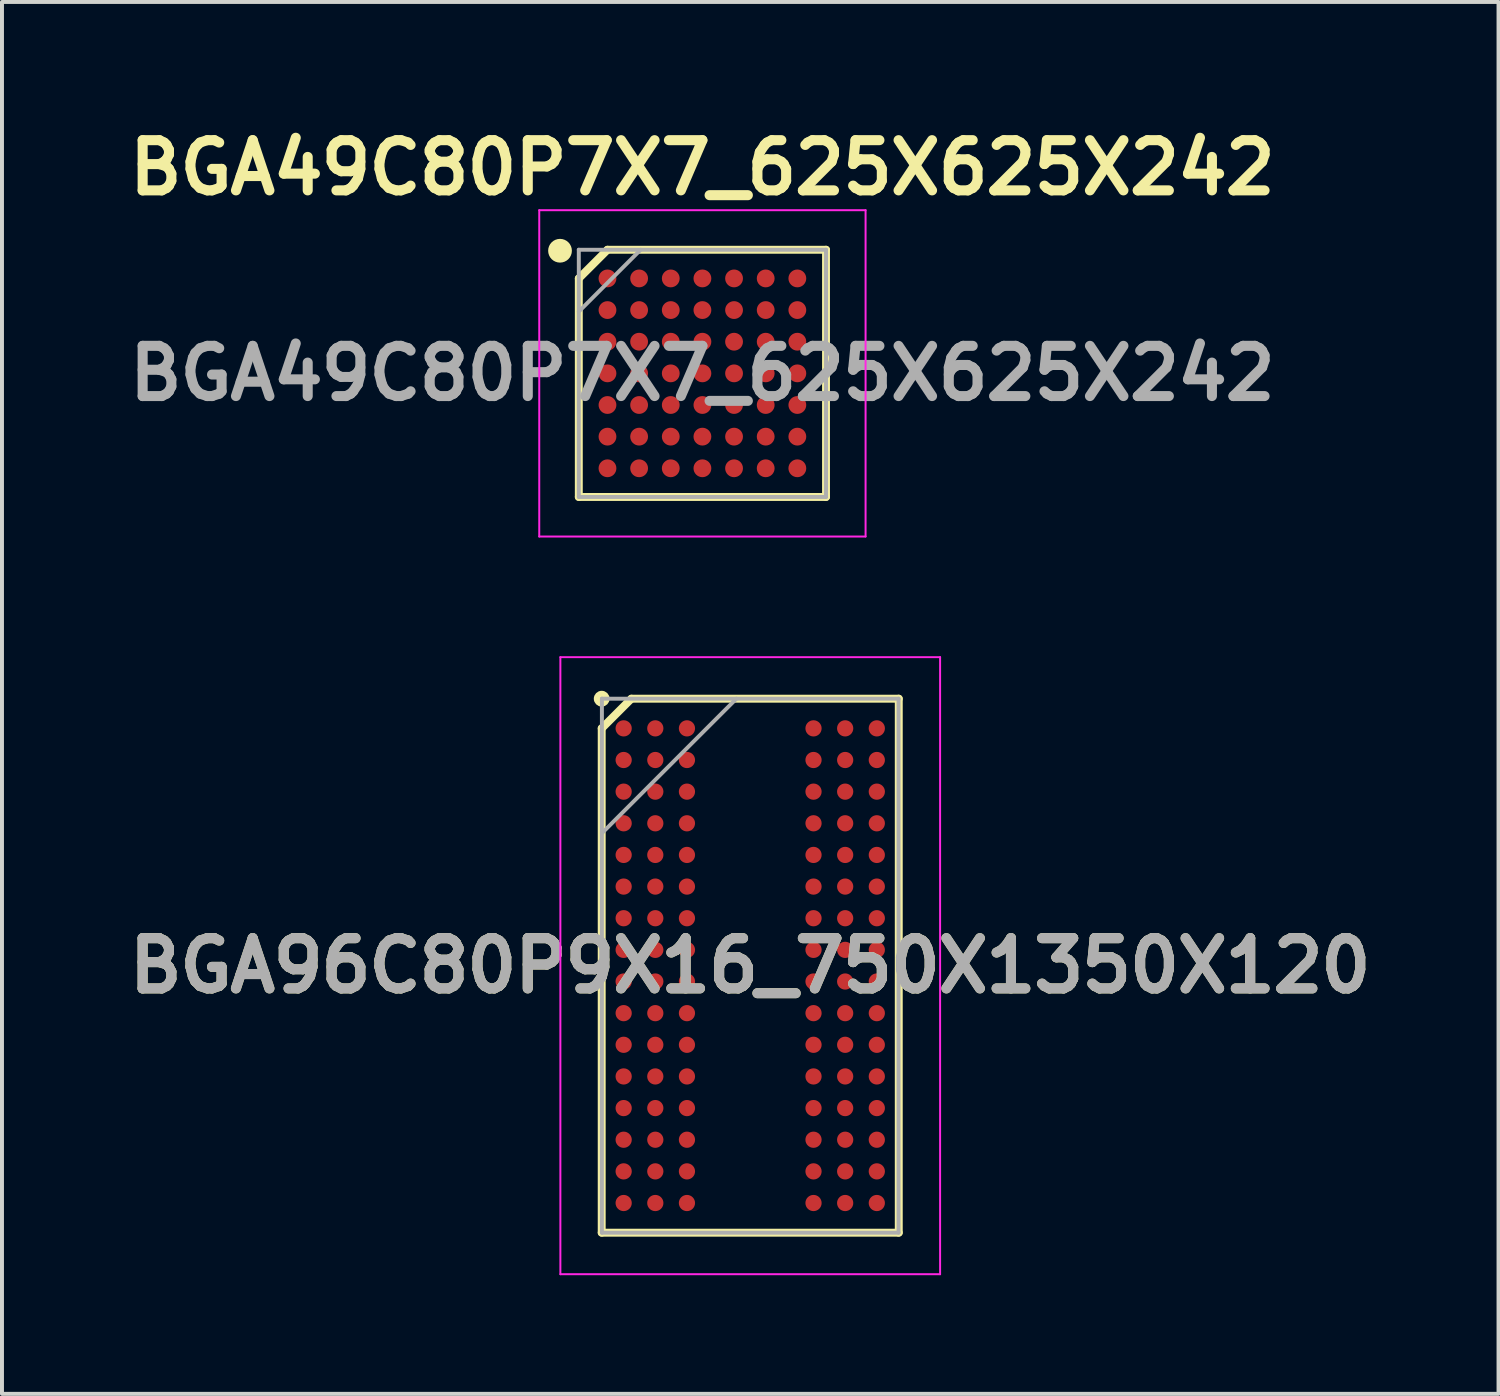
<source format=kicad_pcb>
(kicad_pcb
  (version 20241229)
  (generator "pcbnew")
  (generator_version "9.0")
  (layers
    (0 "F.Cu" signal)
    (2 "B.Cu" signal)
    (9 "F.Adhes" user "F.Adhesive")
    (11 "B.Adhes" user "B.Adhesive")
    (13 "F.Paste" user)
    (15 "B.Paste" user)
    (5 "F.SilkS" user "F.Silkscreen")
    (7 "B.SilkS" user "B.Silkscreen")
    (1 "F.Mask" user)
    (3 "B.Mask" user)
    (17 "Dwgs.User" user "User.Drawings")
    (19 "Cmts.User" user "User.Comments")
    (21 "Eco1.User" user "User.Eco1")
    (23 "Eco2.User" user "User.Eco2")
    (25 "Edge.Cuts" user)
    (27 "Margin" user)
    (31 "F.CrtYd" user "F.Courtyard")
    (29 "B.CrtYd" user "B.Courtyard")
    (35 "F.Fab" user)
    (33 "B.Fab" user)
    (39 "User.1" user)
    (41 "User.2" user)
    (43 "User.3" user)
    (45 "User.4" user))
  (footprint "BGA49C80P7X7_625X625X242"
    (layer "F.Cu")
    (at 14.708 6.389)
    (property "Reference" "BGA49C80P7X7_625X625X242" (at 0 -5.2 0) (layer "F.SilkS") (effects (font (size 1.27 1.27) (thickness 0.254))))
    (attr smd)
    (fp_line (start -3.125 -2.4) (end -2.4 -3.125) (stroke (width 0.2) (type solid)) (layer "F.SilkS"))
    (fp_line (start -3.125 3.125) (end -3.125 -2.4) (stroke (width 0.2) (type solid)) (layer "F.SilkS"))
    (fp_line (start -2.4 -3.125) (end 3.125 -3.125) (stroke (width 0.2) (type solid)) (layer "F.SilkS"))
    (fp_line (start 3.125 -3.125) (end 3.125 3.125) (stroke (width 0.2) (type solid)) (layer "F.SilkS"))
    (fp_line (start 3.125 3.125) (end -3.125 3.125) (stroke (width 0.2) (type solid)) (layer "F.SilkS"))
    (fp_circle (center -3.6 -3.1) (end -3.45 -3.1) (stroke (width 0.3) (type solid)) (fill no) (layer "F.SilkS"))
    (fp_line (start -4.125 -4.125) (end 4.125 -4.125) (stroke (width 0.05) (type solid)) (layer "F.CrtYd"))
    (fp_line (start -4.125 4.125) (end -4.125 -4.125) (stroke (width 0.05) (type solid)) (layer "F.CrtYd"))
    (fp_line (start 4.125 -4.125) (end 4.125 4.125) (stroke (width 0.05) (type solid)) (layer "F.CrtYd"))
    (fp_line (start 4.125 4.125) (end -4.125 4.125) (stroke (width 0.05) (type solid)) (layer "F.CrtYd"))
    (fp_line (start -3.125 -3.125) (end 3.125 -3.125) (stroke (width 0.1) (type solid)) (layer "F.Fab"))
    (fp_line (start -3.125 -1.562) (end -1.563 -3.124) (stroke (width 0.1) (type solid)) (layer "F.Fab"))
    (fp_line (start -3.125 3.125) (end -3.125 -3.125) (stroke (width 0.1) (type solid)) (layer "F.Fab"))
    (fp_line (start 3.125 -3.125) (end 3.125 3.125) (stroke (width 0.1) (type solid)) (layer "F.Fab"))
    (fp_line (start 3.125 3.125) (end -3.125 3.125) (stroke (width 0.1) (type solid)) (layer "F.Fab"))
    (fp_text user "${REFERENCE}" (at 0 0 0) (layer "F.Fab") (effects (font (size 1.27 1.27) (thickness 0.254))))
    (pad "A1" smd circle (at -2.4 -2.4 90) (size 0.45 0.45) (layers "F.Cu" "F.Mask" "F.Paste"))
    (pad "A2" smd circle (at -1.6 -2.4 90) (size 0.45 0.45) (layers "F.Cu" "F.Mask" "F.Paste"))
    (pad "A3" smd circle (at -0.8 -2.4 90) (size 0.45 0.45) (layers "F.Cu" "F.Mask" "F.Paste"))
    (pad "A4" smd circle (at 0 -2.4 90) (size 0.45 0.45) (layers "F.Cu" "F.Mask" "F.Paste"))
    (pad "A5" smd circle (at 0.8 -2.4 90) (size 0.45 0.45) (layers "F.Cu" "F.Mask" "F.Paste"))
    (pad "A6" smd circle (at 1.6 -2.4 90) (size 0.45 0.45) (layers "F.Cu" "F.Mask" "F.Paste"))
    (pad "A7" smd circle (at 2.4 -2.4 90) (size 0.45 0.45) (layers "F.Cu" "F.Mask" "F.Paste"))
    (pad "B1" smd circle (at -2.4 -1.6 90) (size 0.45 0.45) (layers "F.Cu" "F.Mask" "F.Paste"))
    (pad "B2" smd circle (at -1.6 -1.6 90) (size 0.45 0.45) (layers "F.Cu" "F.Mask" "F.Paste"))
    (pad "B3" smd circle (at -0.8 -1.6 90) (size 0.45 0.45) (layers "F.Cu" "F.Mask" "F.Paste"))
    (pad "B4" smd circle (at 0 -1.6 90) (size 0.45 0.45) (layers "F.Cu" "F.Mask" "F.Paste"))
    (pad "B5" smd circle (at 0.8 -1.6 90) (size 0.45 0.45) (layers "F.Cu" "F.Mask" "F.Paste"))
    (pad "B6" smd circle (at 1.6 -1.6 90) (size 0.45 0.45) (layers "F.Cu" "F.Mask" "F.Paste"))
    (pad "B7" smd circle (at 2.4 -1.6 90) (size 0.45 0.45) (layers "F.Cu" "F.Mask" "F.Paste"))
    (pad "C1" smd circle (at -2.4 -0.8 90) (size 0.45 0.45) (layers "F.Cu" "F.Mask" "F.Paste"))
    (pad "C2" smd circle (at -1.6 -0.8 90) (size 0.45 0.45) (layers "F.Cu" "F.Mask" "F.Paste"))
    (pad "C3" smd circle (at -0.8 -0.8 90) (size 0.45 0.45) (layers "F.Cu" "F.Mask" "F.Paste"))
    (pad "C4" smd circle (at 0 -0.8 90) (size 0.45 0.45) (layers "F.Cu" "F.Mask" "F.Paste"))
    (pad "C5" smd circle (at 0.8 -0.8 90) (size 0.45 0.45) (layers "F.Cu" "F.Mask" "F.Paste"))
    (pad "C6" smd circle (at 1.6 -0.8 90) (size 0.45 0.45) (layers "F.Cu" "F.Mask" "F.Paste"))
    (pad "C7" smd circle (at 2.4 -0.8 90) (size 0.45 0.45) (layers "F.Cu" "F.Mask" "F.Paste"))
    (pad "D1" smd circle (at -2.4 0 90) (size 0.45 0.45) (layers "F.Cu" "F.Mask" "F.Paste"))
    (pad "D2" smd circle (at -1.6 0 90) (size 0.45 0.45) (layers "F.Cu" "F.Mask" "F.Paste"))
    (pad "D3" smd circle (at -0.8 0 90) (size 0.45 0.45) (layers "F.Cu" "F.Mask" "F.Paste"))
    (pad "D4" smd circle (at 0 0 90) (size 0.45 0.45) (layers "F.Cu" "F.Mask" "F.Paste"))
    (pad "D5" smd circle (at 0.8 0 90) (size 0.45 0.45) (layers "F.Cu" "F.Mask" "F.Paste"))
    (pad "D6" smd circle (at 1.6 0 90) (size 0.45 0.45) (layers "F.Cu" "F.Mask" "F.Paste"))
    (pad "D7" smd circle (at 2.4 0 90) (size 0.45 0.45) (layers "F.Cu" "F.Mask" "F.Paste"))
    (pad "E1" smd circle (at -2.4 0.8 90) (size 0.45 0.45) (layers "F.Cu" "F.Mask" "F.Paste"))
    (pad "E2" smd circle (at -1.6 0.8 90) (size 0.45 0.45) (layers "F.Cu" "F.Mask" "F.Paste"))
    (pad "E3" smd circle (at -0.8 0.8 90) (size 0.45 0.45) (layers "F.Cu" "F.Mask" "F.Paste"))
    (pad "E4" smd circle (at 0 0.8 90) (size 0.45 0.45) (layers "F.Cu" "F.Mask" "F.Paste"))
    (pad "E5" smd circle (at 0.8 0.8 90) (size 0.45 0.45) (layers "F.Cu" "F.Mask" "F.Paste"))
    (pad "E6" smd circle (at 1.6 0.8 90) (size 0.45 0.45) (layers "F.Cu" "F.Mask" "F.Paste"))
    (pad "E7" smd circle (at 2.4 0.8 90) (size 0.45 0.45) (layers "F.Cu" "F.Mask" "F.Paste"))
    (pad "F1" smd circle (at -2.4 1.6 90) (size 0.45 0.45) (layers "F.Cu" "F.Mask" "F.Paste"))
    (pad "F2" smd circle (at -1.6 1.6 90) (size 0.45 0.45) (layers "F.Cu" "F.Mask" "F.Paste"))
    (pad "F3" smd circle (at -0.8 1.6 90) (size 0.45 0.45) (layers "F.Cu" "F.Mask" "F.Paste"))
    (pad "F4" smd circle (at 0 1.6 90) (size 0.45 0.45) (layers "F.Cu" "F.Mask" "F.Paste"))
    (pad "F5" smd circle (at 0.8 1.6 90) (size 0.45 0.45) (layers "F.Cu" "F.Mask" "F.Paste"))
    (pad "F6" smd circle (at 1.6 1.6 90) (size 0.45 0.45) (layers "F.Cu" "F.Mask" "F.Paste"))
    (pad "F7" smd circle (at 2.4 1.6 90) (size 0.45 0.45) (layers "F.Cu" "F.Mask" "F.Paste"))
    (pad "G1" smd circle (at -2.4 2.4 90) (size 0.45 0.45) (layers "F.Cu" "F.Mask" "F.Paste"))
    (pad "G2" smd circle (at -1.6 2.4 90) (size 0.45 0.45) (layers "F.Cu" "F.Mask" "F.Paste"))
    (pad "G3" smd circle (at -0.8 2.4 90) (size 0.45 0.45) (layers "F.Cu" "F.Mask" "F.Paste"))
    (pad "G4" smd circle (at 0 2.4 90) (size 0.45 0.45) (layers "F.Cu" "F.Mask" "F.Paste"))
    (pad "G5" smd circle (at 0.8 2.4 90) (size 0.45 0.45) (layers "F.Cu" "F.Mask" "F.Paste"))
    (pad "G6" smd circle (at 1.6 2.4 90) (size 0.45 0.45) (layers "F.Cu" "F.Mask" "F.Paste"))
    (pad "G7" smd circle (at 2.4 2.4 90) (size 0.45 0.45) (layers "F.Cu" "F.Mask" "F.Paste")))
  (footprint "BGA96C80P9X16_750X1350X120"
    (layer "F.Cu")
    (at 15.917 21.364)
    (property "Reference" "BGA96C80P9X16_750X1350X120" (at 0 0 0) (layer "F.SilkS") (effects (font (size 1.27 1.27) (thickness 0.254))))
    (attr smd)
    (fp_line (start -3.755 -6) (end -3.005 -6.75) (stroke (width 0.2) (type solid)) (layer "F.SilkS"))
    (fp_line (start -3.755 6.75) (end -3.755 -6) (stroke (width 0.2) (type solid)) (layer "F.SilkS"))
    (fp_line (start -3.005 -6.75) (end 3.755 -6.75) (stroke (width 0.2) (type solid)) (layer "F.SilkS"))
    (fp_line (start 3.755 -6.75) (end 3.755 6.75) (stroke (width 0.2) (type solid)) (layer "F.SilkS"))
    (fp_line (start 3.755 6.75) (end -3.755 6.75) (stroke (width 0.2) (type solid)) (layer "F.SilkS"))
    (fp_circle (center -3.755 -6.75) (end -3.755 -6.65) (stroke (width 0.2) (type solid)) (fill no) (layer "F.SilkS"))
    (fp_line (start -4.8 -7.8) (end 4.8 -7.8) (stroke (width 0.05) (type solid)) (layer "F.CrtYd"))
    (fp_line (start -4.8 7.8) (end -4.8 -7.8) (stroke (width 0.05) (type solid)) (layer "F.CrtYd"))
    (fp_line (start 4.8 -7.8) (end 4.8 7.8) (stroke (width 0.05) (type solid)) (layer "F.CrtYd"))
    (fp_line (start 4.8 7.8) (end -4.8 7.8) (stroke (width 0.05) (type solid)) (layer "F.CrtYd"))
    (fp_line (start -3.75 -6.75) (end 3.75 -6.75) (stroke (width 0.1) (type solid)) (layer "F.Fab"))
    (fp_line (start -3.75 -3.35) (end -0.35 -6.75) (stroke (width 0.1) (type solid)) (layer "F.Fab"))
    (fp_line (start -3.75 6.75) (end -3.75 -6.75) (stroke (width 0.1) (type solid)) (layer "F.Fab"))
    (fp_line (start 3.75 -6.75) (end 3.75 6.75) (stroke (width 0.1) (type solid)) (layer "F.Fab"))
    (fp_line (start 3.75 6.75) (end -3.75 6.75) (stroke (width 0.1) (type solid)) (layer "F.Fab"))
    (fp_text user "${REFERENCE}" (at 0 0 0) (layer "F.Fab") (effects (font (size 1.27 1.27) (thickness 0.254))))
    (pad "A1" smd circle (at -3.2 -6 90) (size 0.41 0.41) (layers "F.Cu" "F.Mask" "F.Paste"))
    (pad "A2" smd circle (at -2.4 -6 90) (size 0.41 0.41) (layers "F.Cu" "F.Mask" "F.Paste"))
    (pad "A3" smd circle (at -1.6 -6 90) (size 0.41 0.41) (layers "F.Cu" "F.Mask" "F.Paste"))
    (pad "A7" smd circle (at 1.6 -6 90) (size 0.41 0.41) (layers "F.Cu" "F.Mask" "F.Paste"))
    (pad "A8" smd circle (at 2.4 -6 90) (size 0.41 0.41) (layers "F.Cu" "F.Mask" "F.Paste"))
    (pad "A9" smd circle (at 3.2 -6 90) (size 0.41 0.41) (layers "F.Cu" "F.Mask" "F.Paste"))
    (pad "B1" smd circle (at -3.2 -5.2 90) (size 0.41 0.41) (layers "F.Cu" "F.Mask" "F.Paste"))
    (pad "B2" smd circle (at -2.4 -5.2 90) (size 0.41 0.41) (layers "F.Cu" "F.Mask" "F.Paste"))
    (pad "B3" smd circle (at -1.6 -5.2 90) (size 0.41 0.41) (layers "F.Cu" "F.Mask" "F.Paste"))
    (pad "B7" smd circle (at 1.6 -5.2 90) (size 0.41 0.41) (layers "F.Cu" "F.Mask" "F.Paste"))
    (pad "B8" smd circle (at 2.4 -5.2 90) (size 0.41 0.41) (layers "F.Cu" "F.Mask" "F.Paste"))
    (pad "B9" smd circle (at 3.2 -5.2 90) (size 0.41 0.41) (layers "F.Cu" "F.Mask" "F.Paste"))
    (pad "C1" smd circle (at -3.2 -4.4 90) (size 0.41 0.41) (layers "F.Cu" "F.Mask" "F.Paste"))
    (pad "C2" smd circle (at -2.4 -4.4 90) (size 0.41 0.41) (layers "F.Cu" "F.Mask" "F.Paste"))
    (pad "C3" smd circle (at -1.6 -4.4 90) (size 0.41 0.41) (layers "F.Cu" "F.Mask" "F.Paste"))
    (pad "C7" smd circle (at 1.6 -4.4 90) (size 0.41 0.41) (layers "F.Cu" "F.Mask" "F.Paste"))
    (pad "C8" smd circle (at 2.4 -4.4 90) (size 0.41 0.41) (layers "F.Cu" "F.Mask" "F.Paste"))
    (pad "C9" smd circle (at 3.2 -4.4 90) (size 0.41 0.41) (layers "F.Cu" "F.Mask" "F.Paste"))
    (pad "D1" smd circle (at -3.2 -3.6 90) (size 0.41 0.41) (layers "F.Cu" "F.Mask" "F.Paste"))
    (pad "D2" smd circle (at -2.4 -3.6 90) (size 0.41 0.41) (layers "F.Cu" "F.Mask" "F.Paste"))
    (pad "D3" smd circle (at -1.6 -3.6 90) (size 0.41 0.41) (layers "F.Cu" "F.Mask" "F.Paste"))
    (pad "D7" smd circle (at 1.6 -3.6 90) (size 0.41 0.41) (layers "F.Cu" "F.Mask" "F.Paste"))
    (pad "D8" smd circle (at 2.4 -3.6 90) (size 0.41 0.41) (layers "F.Cu" "F.Mask" "F.Paste"))
    (pad "D9" smd circle (at 3.2 -3.6 90) (size 0.41 0.41) (layers "F.Cu" "F.Mask" "F.Paste"))
    (pad "E1" smd circle (at -3.2 -2.8 90) (size 0.41 0.41) (layers "F.Cu" "F.Mask" "F.Paste"))
    (pad "E2" smd circle (at -2.4 -2.8 90) (size 0.41 0.41) (layers "F.Cu" "F.Mask" "F.Paste"))
    (pad "E3" smd circle (at -1.6 -2.8 90) (size 0.41 0.41) (layers "F.Cu" "F.Mask" "F.Paste"))
    (pad "E7" smd circle (at 1.6 -2.8 90) (size 0.41 0.41) (layers "F.Cu" "F.Mask" "F.Paste"))
    (pad "E8" smd circle (at 2.4 -2.8 90) (size 0.41 0.41) (layers "F.Cu" "F.Mask" "F.Paste"))
    (pad "E9" smd circle (at 3.2 -2.8 90) (size 0.41 0.41) (layers "F.Cu" "F.Mask" "F.Paste"))
    (pad "F1" smd circle (at -3.2 -2 90) (size 0.41 0.41) (layers "F.Cu" "F.Mask" "F.Paste"))
    (pad "F2" smd circle (at -2.4 -2 90) (size 0.41 0.41) (layers "F.Cu" "F.Mask" "F.Paste"))
    (pad "F3" smd circle (at -1.6 -2 90) (size 0.41 0.41) (layers "F.Cu" "F.Mask" "F.Paste"))
    (pad "F7" smd circle (at 1.6 -2 90) (size 0.41 0.41) (layers "F.Cu" "F.Mask" "F.Paste"))
    (pad "F8" smd circle (at 2.4 -2 90) (size 0.41 0.41) (layers "F.Cu" "F.Mask" "F.Paste"))
    (pad "F9" smd circle (at 3.2 -2 90) (size 0.41 0.41) (layers "F.Cu" "F.Mask" "F.Paste"))
    (pad "G1" smd circle (at -3.2 -1.2 90) (size 0.41 0.41) (layers "F.Cu" "F.Mask" "F.Paste"))
    (pad "G2" smd circle (at -2.4 -1.2 90) (size 0.41 0.41) (layers "F.Cu" "F.Mask" "F.Paste"))
    (pad "G3" smd circle (at -1.6 -1.2 90) (size 0.41 0.41) (layers "F.Cu" "F.Mask" "F.Paste"))
    (pad "G7" smd circle (at 1.6 -1.2 90) (size 0.41 0.41) (layers "F.Cu" "F.Mask" "F.Paste"))
    (pad "G8" smd circle (at 2.4 -1.2 90) (size 0.41 0.41) (layers "F.Cu" "F.Mask" "F.Paste"))
    (pad "G9" smd circle (at 3.2 -1.2 90) (size 0.41 0.41) (layers "F.Cu" "F.Mask" "F.Paste"))
    (pad "H1" smd circle (at -3.2 -0.4 90) (size 0.41 0.41) (layers "F.Cu" "F.Mask" "F.Paste"))
    (pad "H2" smd circle (at -2.4 -0.4 90) (size 0.41 0.41) (layers "F.Cu" "F.Mask" "F.Paste"))
    (pad "H3" smd circle (at -1.6 -0.4 90) (size 0.41 0.41) (layers "F.Cu" "F.Mask" "F.Paste"))
    (pad "H7" smd circle (at 1.6 -0.4 90) (size 0.41 0.41) (layers "F.Cu" "F.Mask" "F.Paste"))
    (pad "H8" smd circle (at 2.4 -0.4 90) (size 0.41 0.41) (layers "F.Cu" "F.Mask" "F.Paste"))
    (pad "H9" smd circle (at 3.2 -0.4 90) (size 0.41 0.41) (layers "F.Cu" "F.Mask" "F.Paste"))
    (pad "J1" smd circle (at -3.2 0.4 90) (size 0.41 0.41) (layers "F.Cu" "F.Mask" "F.Paste"))
    (pad "J2" smd circle (at -2.4 0.4 90) (size 0.41 0.41) (layers "F.Cu" "F.Mask" "F.Paste"))
    (pad "J3" smd circle (at -1.6 0.4 90) (size 0.41 0.41) (layers "F.Cu" "F.Mask" "F.Paste"))
    (pad "J7" smd circle (at 1.6 0.4 90) (size 0.41 0.41) (layers "F.Cu" "F.Mask" "F.Paste"))
    (pad "J8" smd circle (at 2.4 0.4 90) (size 0.41 0.41) (layers "F.Cu" "F.Mask" "F.Paste"))
    (pad "J9" smd circle (at 3.2 0.4 90) (size 0.41 0.41) (layers "F.Cu" "F.Mask" "F.Paste"))
    (pad "K1" smd circle (at -3.2 1.2 90) (size 0.41 0.41) (layers "F.Cu" "F.Mask" "F.Paste"))
    (pad "K2" smd circle (at -2.4 1.2 90) (size 0.41 0.41) (layers "F.Cu" "F.Mask" "F.Paste"))
    (pad "K3" smd circle (at -1.6 1.2 90) (size 0.41 0.41) (layers "F.Cu" "F.Mask" "F.Paste"))
    (pad "K7" smd circle (at 1.6 1.2 90) (size 0.41 0.41) (layers "F.Cu" "F.Mask" "F.Paste"))
    (pad "K8" smd circle (at 2.4 1.2 90) (size 0.41 0.41) (layers "F.Cu" "F.Mask" "F.Paste"))
    (pad "K9" smd circle (at 3.2 1.2 90) (size 0.41 0.41) (layers "F.Cu" "F.Mask" "F.Paste"))
    (pad "L1" smd circle (at -3.2 2 90) (size 0.41 0.41) (layers "F.Cu" "F.Mask" "F.Paste"))
    (pad "L2" smd circle (at -2.4 2 90) (size 0.41 0.41) (layers "F.Cu" "F.Mask" "F.Paste"))
    (pad "L3" smd circle (at -1.6 2 90) (size 0.41 0.41) (layers "F.Cu" "F.Mask" "F.Paste"))
    (pad "L7" smd circle (at 1.6 2 90) (size 0.41 0.41) (layers "F.Cu" "F.Mask" "F.Paste"))
    (pad "L8" smd circle (at 2.4 2 90) (size 0.41 0.41) (layers "F.Cu" "F.Mask" "F.Paste"))
    (pad "L9" smd circle (at 3.2 2 90) (size 0.41 0.41) (layers "F.Cu" "F.Mask" "F.Paste"))
    (pad "M1" smd circle (at -3.2 2.8 90) (size 0.41 0.41) (layers "F.Cu" "F.Mask" "F.Paste"))
    (pad "M2" smd circle (at -2.4 2.8 90) (size 0.41 0.41) (layers "F.Cu" "F.Mask" "F.Paste"))
    (pad "M3" smd circle (at -1.6 2.8 90) (size 0.41 0.41) (layers "F.Cu" "F.Mask" "F.Paste"))
    (pad "M7" smd circle (at 1.6 2.8 90) (size 0.41 0.41) (layers "F.Cu" "F.Mask" "F.Paste"))
    (pad "M8" smd circle (at 2.4 2.8 90) (size 0.41 0.41) (layers "F.Cu" "F.Mask" "F.Paste"))
    (pad "M9" smd circle (at 3.2 2.8 90) (size 0.41 0.41) (layers "F.Cu" "F.Mask" "F.Paste"))
    (pad "N1" smd circle (at -3.2 3.6 90) (size 0.41 0.41) (layers "F.Cu" "F.Mask" "F.Paste"))
    (pad "N2" smd circle (at -2.4 3.6 90) (size 0.41 0.41) (layers "F.Cu" "F.Mask" "F.Paste"))
    (pad "N3" smd circle (at -1.6 3.6 90) (size 0.41 0.41) (layers "F.Cu" "F.Mask" "F.Paste"))
    (pad "N7" smd circle (at 1.6 3.6 90) (size 0.41 0.41) (layers "F.Cu" "F.Mask" "F.Paste"))
    (pad "N8" smd circle (at 2.4 3.6 90) (size 0.41 0.41) (layers "F.Cu" "F.Mask" "F.Paste"))
    (pad "N9" smd circle (at 3.2 3.6 90) (size 0.41 0.41) (layers "F.Cu" "F.Mask" "F.Paste"))
    (pad "P1" smd circle (at -3.2 4.4 90) (size 0.41 0.41) (layers "F.Cu" "F.Mask" "F.Paste"))
    (pad "P2" smd circle (at -2.4 4.4 90) (size 0.41 0.41) (layers "F.Cu" "F.Mask" "F.Paste"))
    (pad "P3" smd circle (at -1.6 4.4 90) (size 0.41 0.41) (layers "F.Cu" "F.Mask" "F.Paste"))
    (pad "P7" smd circle (at 1.6 4.4 90) (size 0.41 0.41) (layers "F.Cu" "F.Mask" "F.Paste"))
    (pad "P8" smd circle (at 2.4 4.4 90) (size 0.41 0.41) (layers "F.Cu" "F.Mask" "F.Paste"))
    (pad "P9" smd circle (at 3.2 4.4 90) (size 0.41 0.41) (layers "F.Cu" "F.Mask" "F.Paste"))
    (pad "R1" smd circle (at -3.2 5.2 90) (size 0.41 0.41) (layers "F.Cu" "F.Mask" "F.Paste"))
    (pad "R2" smd circle (at -2.4 5.2 90) (size 0.41 0.41) (layers "F.Cu" "F.Mask" "F.Paste"))
    (pad "R3" smd circle (at -1.6 5.2 90) (size 0.41 0.41) (layers "F.Cu" "F.Mask" "F.Paste"))
    (pad "R7" smd circle (at 1.6 5.2 90) (size 0.41 0.41) (layers "F.Cu" "F.Mask" "F.Paste"))
    (pad "R8" smd circle (at 2.4 5.2 90) (size 0.41 0.41) (layers "F.Cu" "F.Mask" "F.Paste"))
    (pad "R9" smd circle (at 3.2 5.2 90) (size 0.41 0.41) (layers "F.Cu" "F.Mask" "F.Paste"))
    (pad "T1" smd circle (at -3.2 6 90) (size 0.41 0.41) (layers "F.Cu" "F.Mask" "F.Paste"))
    (pad "T2" smd circle (at -2.4 6 90) (size 0.41 0.41) (layers "F.Cu" "F.Mask" "F.Paste"))
    (pad "T3" smd circle (at -1.6 6 90) (size 0.41 0.41) (layers "F.Cu" "F.Mask" "F.Paste"))
    (pad "T7" smd circle (at 1.6 6 90) (size 0.41 0.41) (layers "F.Cu" "F.Mask" "F.Paste"))
    (pad "T8" smd circle (at 2.4 6 90) (size 0.41 0.41) (layers "F.Cu" "F.Mask" "F.Paste"))
    (pad "T9" smd circle (at 3.2 6 90) (size 0.41 0.41) (layers "F.Cu" "F.Mask" "F.Paste")))
  (gr_rect
    (start -3 -3)
    (end 34.835 32.189)
    (stroke (width 0.1) (type default))
    (fill no)
    (layer "Edge.Cuts")))
</source>
